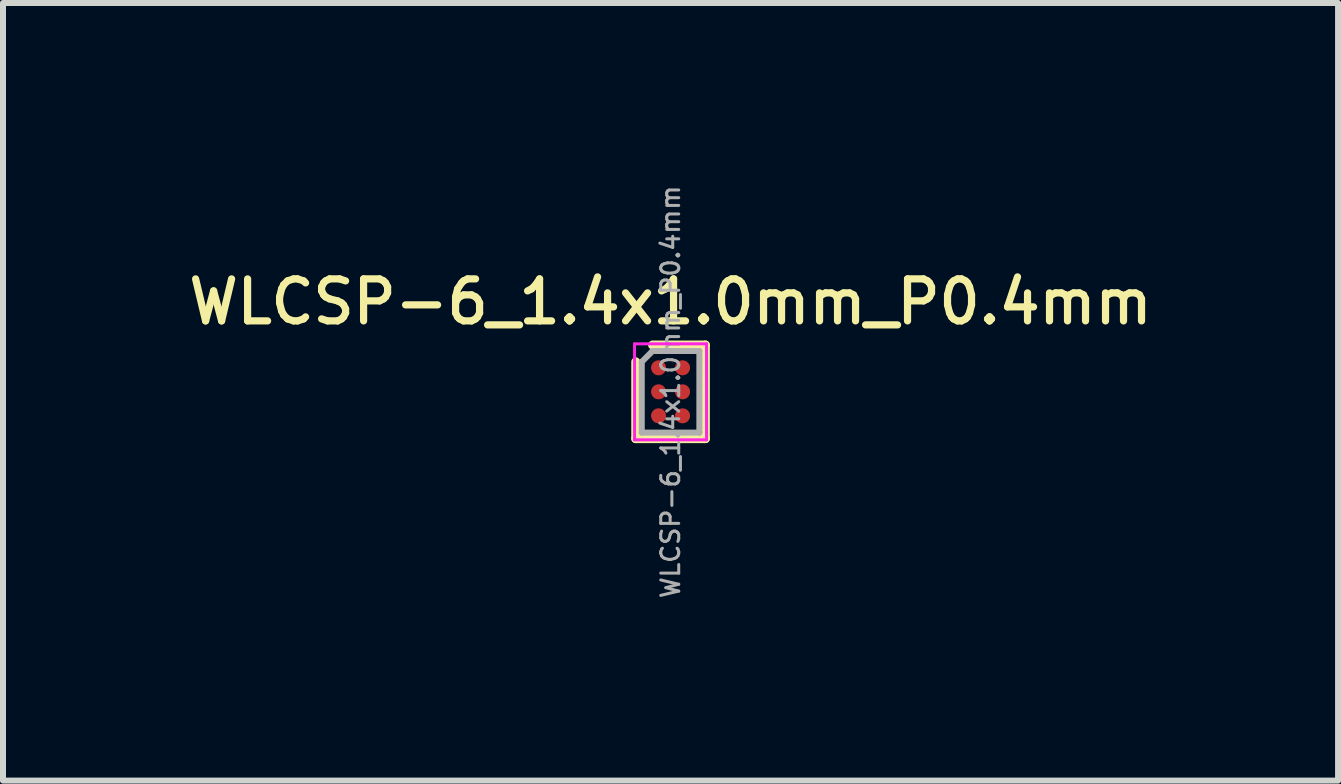
<source format=kicad_pcb>
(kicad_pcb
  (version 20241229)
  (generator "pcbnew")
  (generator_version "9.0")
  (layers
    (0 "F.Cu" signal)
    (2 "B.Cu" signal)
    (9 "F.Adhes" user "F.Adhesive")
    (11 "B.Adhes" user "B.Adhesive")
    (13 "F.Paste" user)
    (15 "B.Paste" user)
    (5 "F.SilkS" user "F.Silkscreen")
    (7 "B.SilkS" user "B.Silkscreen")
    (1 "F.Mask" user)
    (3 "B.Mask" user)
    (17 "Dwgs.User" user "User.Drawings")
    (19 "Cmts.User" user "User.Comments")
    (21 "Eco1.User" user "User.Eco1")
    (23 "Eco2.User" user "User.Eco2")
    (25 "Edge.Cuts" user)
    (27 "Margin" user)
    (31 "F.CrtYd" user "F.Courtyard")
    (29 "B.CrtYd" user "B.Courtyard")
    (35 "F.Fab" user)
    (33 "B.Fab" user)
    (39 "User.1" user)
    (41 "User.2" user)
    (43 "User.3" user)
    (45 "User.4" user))
  (footprint "WLCSP-6_1.4x1.0mm_P0.4mm"
    (layer "F.Cu")
    (at 8.127 3.481)
    (property "Reference" "WLCSP-6_1.4x1.0mm_P0.4mm" (at 0 -1.5 0) (layer "F.SilkS") (effects (font (size 0.7 0.7) (thickness 0.12))))
    (attr smd)
    (fp_line (start -0.58 0.78) (end -0.58 -0.5) (stroke (width 0.15) (type solid)) (layer "F.SilkS"))
    (fp_line (start -0.3 -0.78) (end 0.58 -0.78) (stroke (width 0.15) (type solid)) (layer "F.SilkS"))
    (fp_line (start 0.58 -0.78) (end 0.58 0.78) (stroke (width 0.15) (type solid)) (layer "F.SilkS"))
    (fp_line (start 0.58 0.78) (end -0.58 0.78) (stroke (width 0.15) (type solid)) (layer "F.SilkS"))
    (fp_line (start -0.6 -0.8) (end 0.6 -0.8) (stroke (width 0.05) (type solid)) (layer "F.CrtYd"))
    (fp_line (start -0.6 0.8) (end -0.6 -0.8) (stroke (width 0.05) (type solid)) (layer "F.CrtYd"))
    (fp_line (start 0.6 -0.8) (end 0.6 0.8) (stroke (width 0.05) (type solid)) (layer "F.CrtYd"))
    (fp_line (start 0.6 0.8) (end -0.6 0.8) (stroke (width 0.05) (type solid)) (layer "F.CrtYd"))
    (fp_line (start -0.48 -0.5) (end -0.48 0.68) (stroke (width 0.1) (type solid)) (layer "F.Fab"))
    (fp_line (start -0.3 -0.68) (end -0.48 -0.5) (stroke (width 0.1) (type solid)) (layer "F.Fab"))
    (fp_line (start 0.48 -0.68) (end -0.3 -0.68) (stroke (width 0.1) (type solid)) (layer "F.Fab"))
    (fp_line (start 0.48 0.68) (end -0.48 0.68) (stroke (width 0.1) (type solid)) (layer "F.Fab"))
    (fp_line (start 0.48 0.68) (end 0.48 -0.68) (stroke (width 0.1) (type solid)) (layer "F.Fab"))
    (fp_text user "${REFERENCE}" (at 0 0 90) (layer "F.Fab") (effects (font (size 0.3 0.3) (thickness 0.05))))
    (pad "A1" smd circle (at -0.2 -0.4 270) (size 0.25 0.25) (layers "F.Cu" "F.Mask" "F.Paste"))
    (pad "A2" smd circle (at 0.2 -0.4 270) (size 0.25 0.25) (layers "F.Cu" "F.Mask" "F.Paste"))
    (pad "B1" smd circle (at -0.2 0 270) (size 0.25 0.25) (layers "F.Cu" "F.Mask" "F.Paste"))
    (pad "B2" smd circle (at 0.2 0 270) (size 0.25 0.25) (layers "F.Cu" "F.Mask" "F.Paste"))
    (pad "C1" smd circle (at -0.2 0.4 270) (size 0.25 0.25) (layers "F.Cu" "F.Mask" "F.Paste"))
    (pad "C2" smd circle (at 0.2 0.4 270) (size 0.25 0.25) (layers "F.Cu" "F.Mask" "F.Paste")))
  (gr_rect
    (start -3 -3)
    (end 19.253 9.961)
    (stroke (width 0.1) (type default))
    (fill no)
    (layer "Edge.Cuts")))
</source>
